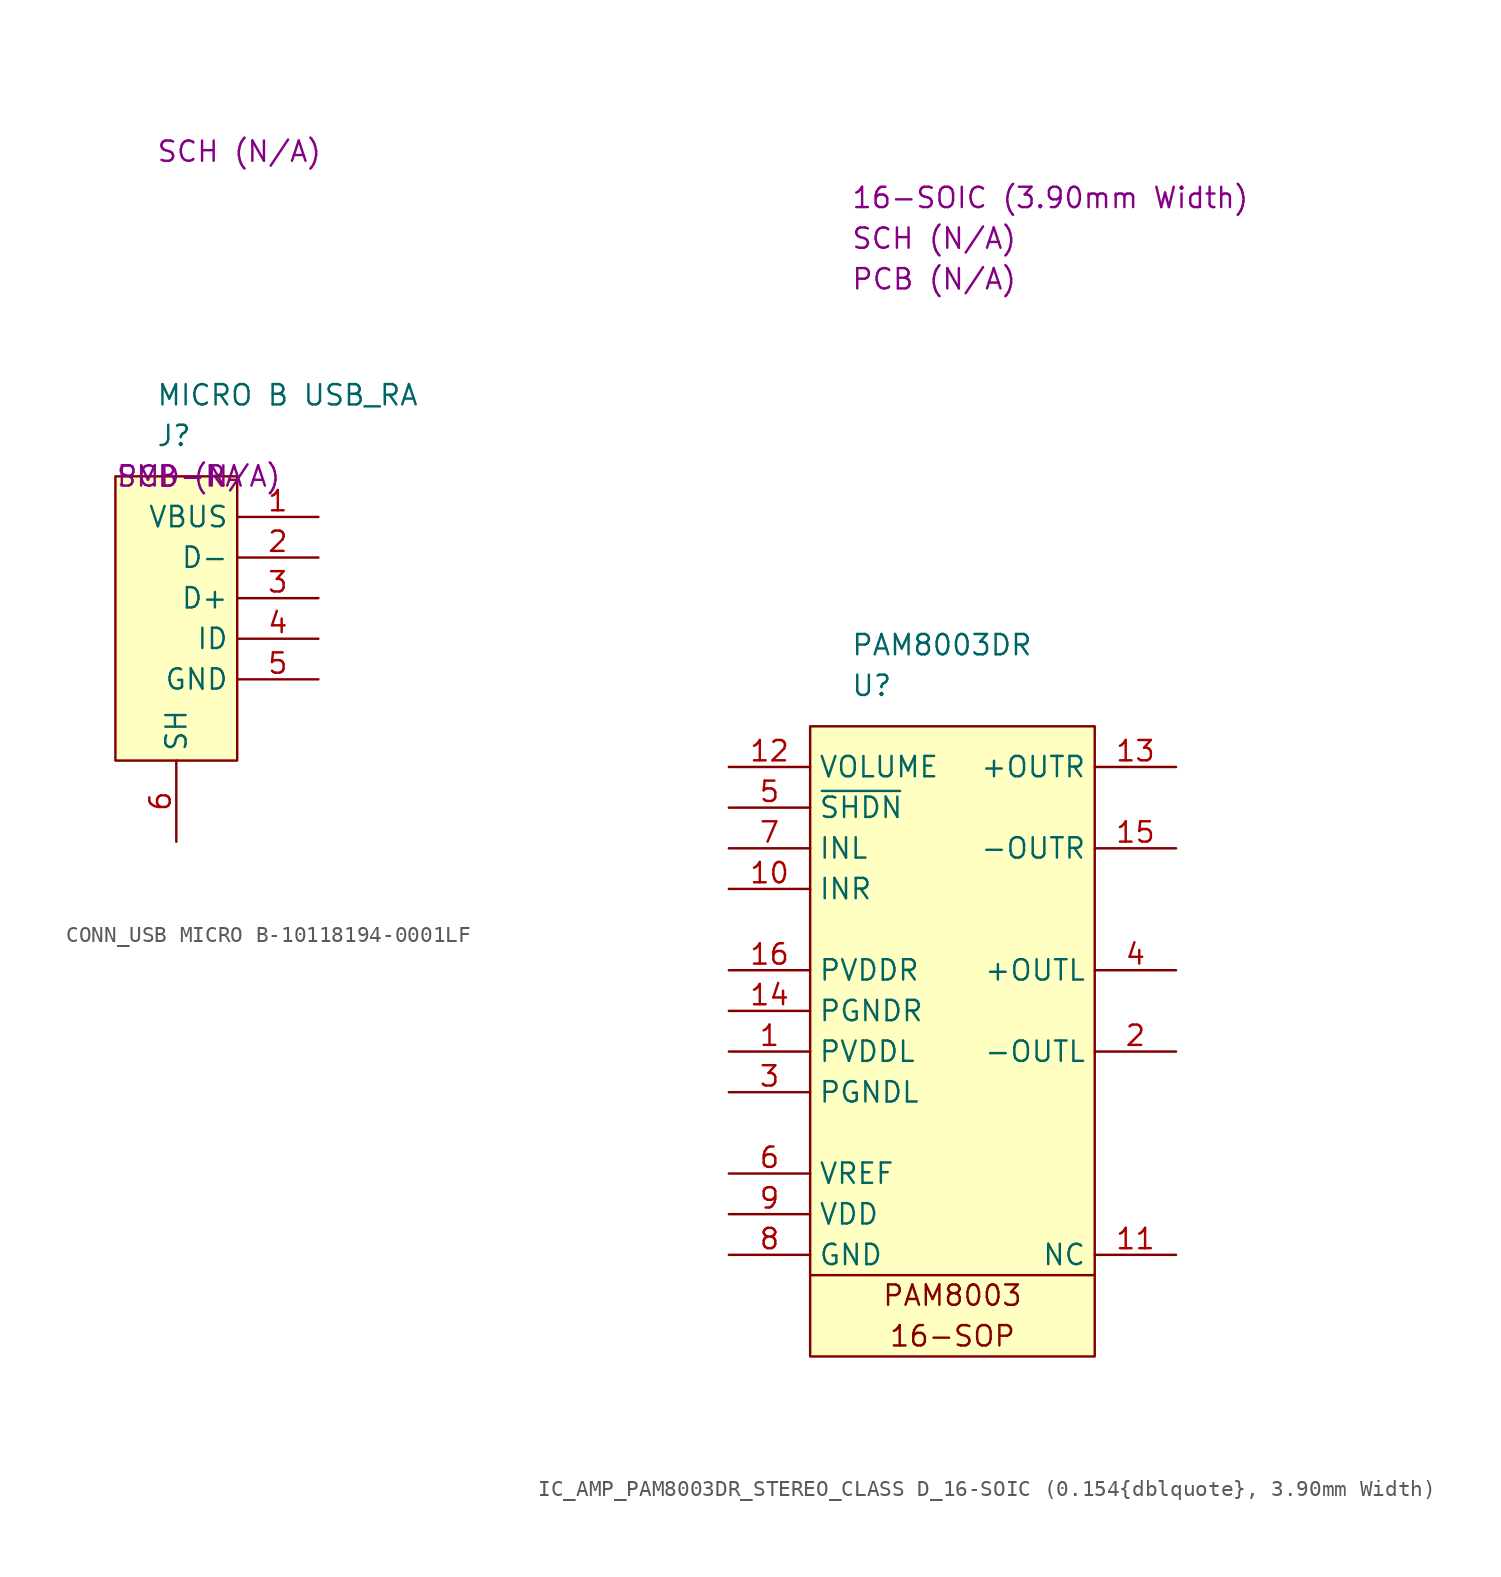
<source format=kicad_sym>
(kicad_symbol_lib
  (version 20220914)
  (generator kicad_symbol_editor)
  (symbol "CONN_USB MICRO B-10118194-0001LF"
    (property "Reference" "J"
      (at 2.54 2.54 0)
      (effects (font (size 1.27 1.27)) (justify left)))
    (property "Value" "MICRO B USB_RA"
      (at 2.54 5.08 0)
      (effects (font (size 1.27 1.27)) (justify left)))
    (property "Package" "SMD-RA"
      (at 0 0 0)
      (effects (font (size 1.27 1.27)) (justify left)))
    (property "SCH CHECK" "SCH (N/A)"
      (at 2.54 20.32 0)
      (effects (font (size 1.27 1.27)) (justify left)))
    (property "PCB CHECk" "PCB (N/A)"
      (at 0 0 0)
      (effects (font (size 1.27 1.27)) (justify left)))
    (symbol "CONN_USB MICRO B-10118194-0001LF_0_1"
      (rectangle (start 0 0) (end 7.62 -17.78) (stroke (width 0) (type default)) (fill (type background))))
    (symbol "CONN_USB MICRO B-10118194-0001LF_1_1"
      (pin passive line (at 12.7 -2.54 180) (length 5.08) (name "VBUS" (effects (font (size 1.27 1.27)))) (number "1" (effects (font (size 1.27 1.27)))))
      (pin passive line (at 12.7 -5.08 180) (length 5.08) (name "D-" (effects (font (size 1.27 1.27)))) (number "2" (effects (font (size 1.27 1.27)))))
      (pin passive line (at 12.7 -7.62 180) (length 5.08) (name "D+" (effects (font (size 1.27 1.27)))) (number "3" (effects (font (size 1.27 1.27)))))
      (pin passive line (at 12.7 -10.16 180) (length 5.08) (name "ID" (effects (font (size 1.27 1.27)))) (number "4" (effects (font (size 1.27 1.27)))))
      (pin passive line (at 12.7 -12.7 180) (length 5.08) (name "GND" (effects (font (size 1.27 1.27)))) (number "5" (effects (font (size 1.27 1.27)))))
      (pin passive line (at 3.81 -22.86 90) (length 5.08) (name "SH" (effects (font (size 1.27 1.27)))) (number "6" (effects (font (size 1.27 1.27)))))))
  (symbol "IC_AMP_PAM8003DR_STEREO_CLASS D_16-SOIC (0.154{dblquote}, 3.90mm Width)"
    (property "Reference" "U"
      (at 2.54 2.54 0)
      (effects (font (size 1.27 1.27)) (justify left)))
    (property "Value" "PAM8003DR"
      (at 2.54 5.08 0)
      (effects (font (size 1.27 1.27)) (justify left)))
    (property "Package" "16-SOIC (3.90mm Width)"
      (at 2.54 33.02 0)
      (effects (font (size 1.27 1.27)) (justify left)))
    (property "SCH CHECK" "SCH (N/A)"
      (at 2.54 30.48 0)
      (effects (font (size 1.27 1.27)) (justify left)))
    (property "PCB CHECK" "PCB (N/A)"
      (at 2.54 27.94 0)
      (effects (font (size 1.27 1.27)) (justify left)))
    (symbol "IC_AMP_PAM8003DR_STEREO_CLASS D_16-SOIC (0.154{dblquote}, 3.90mm Width)_0_0"
      (polyline (pts (xy 0 -34.29) (xy 17.78 -34.29)) (stroke (width 0) (type default)) (fill (type none)))
      (rectangle (start 0 0) (end 17.78 -39.37) (stroke (width 0) (type default)) (fill (type background)))
      (text "16-SOP" (at 8.89 -38.1 0) (effects (font (size 1.27 1.27))))
      (text "PAM8003" (at 8.89 -35.56 0) (effects (font (size 1.27 1.27)))))
    (symbol "IC_AMP_PAM8003DR_STEREO_CLASS D_16-SOIC (0.154{dblquote}, 3.90mm Width)_1_1"
      (pin passive line (at -5.08 -20.32 0) (length 5.08) (name "PVDDL" (effects (font (size 1.27 1.27)))) (number "1" (effects (font (size 1.27 1.27)))))
      (pin passive line (at -5.08 -10.16 0) (length 5.08) (name "INR" (effects (font (size 1.27 1.27)))) (number "10" (effects (font (size 1.27 1.27)))))
      (pin passive line (at 22.86 -33.02 180) (length 5.08) (name "NC" (effects (font (size 1.27 1.27)))) (number "11" (effects (font (size 1.27 1.27)))))
      (pin passive line (at -5.08 -2.54 0) (length 5.08) (name "VOLUME" (effects (font (size 1.27 1.27)))) (number "12" (effects (font (size 1.27 1.27)))))
      (pin passive line (at 22.86 -2.54 180) (length 5.08) (name "+OUTR" (effects (font (size 1.27 1.27)))) (number "13" (effects (font (size 1.27 1.27)))))
      (pin passive line (at -5.08 -17.78 0) (length 5.08) (name "PGNDR" (effects (font (size 1.27 1.27)))) (number "14" (effects (font (size 1.27 1.27)))))
      (pin passive line (at 22.86 -7.62 180) (length 5.08) (name "-OUTR" (effects (font (size 1.27 1.27)))) (number "15" (effects (font (size 1.27 1.27)))))
      (pin passive line (at -5.08 -15.24 0) (length 5.08) (name "PVDDR" (effects (font (size 1.27 1.27)))) (number "16" (effects (font (size 1.27 1.27)))))
      (pin passive line (at 22.86 -20.32 180) (length 5.08) (name "-OUTL" (effects (font (size 1.27 1.27)))) (number "2" (effects (font (size 1.27 1.27)))))
      (pin passive line (at -5.08 -22.86 0) (length 5.08) (name "PGNDL" (effects (font (size 1.27 1.27)))) (number "3" (effects (font (size 1.27 1.27)))))
      (pin passive line (at 22.86 -15.24 180) (length 5.08) (name "+OUTL" (effects (font (size 1.27 1.27)))) (number "4" (effects (font (size 1.27 1.27)))))
      (pin passive line (at -5.08 -5.08 0) (length 5.08) (name "~{SHDN}" (effects (font (size 1.27 1.27)))) (number "5" (effects (font (size 1.27 1.27)))))
      (pin passive line (at -5.08 -27.94 0) (length 5.08) (name "VREF" (effects (font (size 1.27 1.27)))) (number "6" (effects (font (size 1.27 1.27)))))
      (pin passive line (at -5.08 -7.62 0) (length 5.08) (name "INL" (effects (font (size 1.27 1.27)))) (number "7" (effects (font (size 1.27 1.27)))))
      (pin passive line (at -5.08 -33.02 0) (length 5.08) (name "GND" (effects (font (size 1.27 1.27)))) (number "8" (effects (font (size 1.27 1.27)))))
      (pin passive line (at -5.08 -30.48 0) (length 5.08) (name "VDD" (effects (font (size 1.27 1.27)))) (number "9" (effects (font (size 1.27 1.27))))))))
</source>
